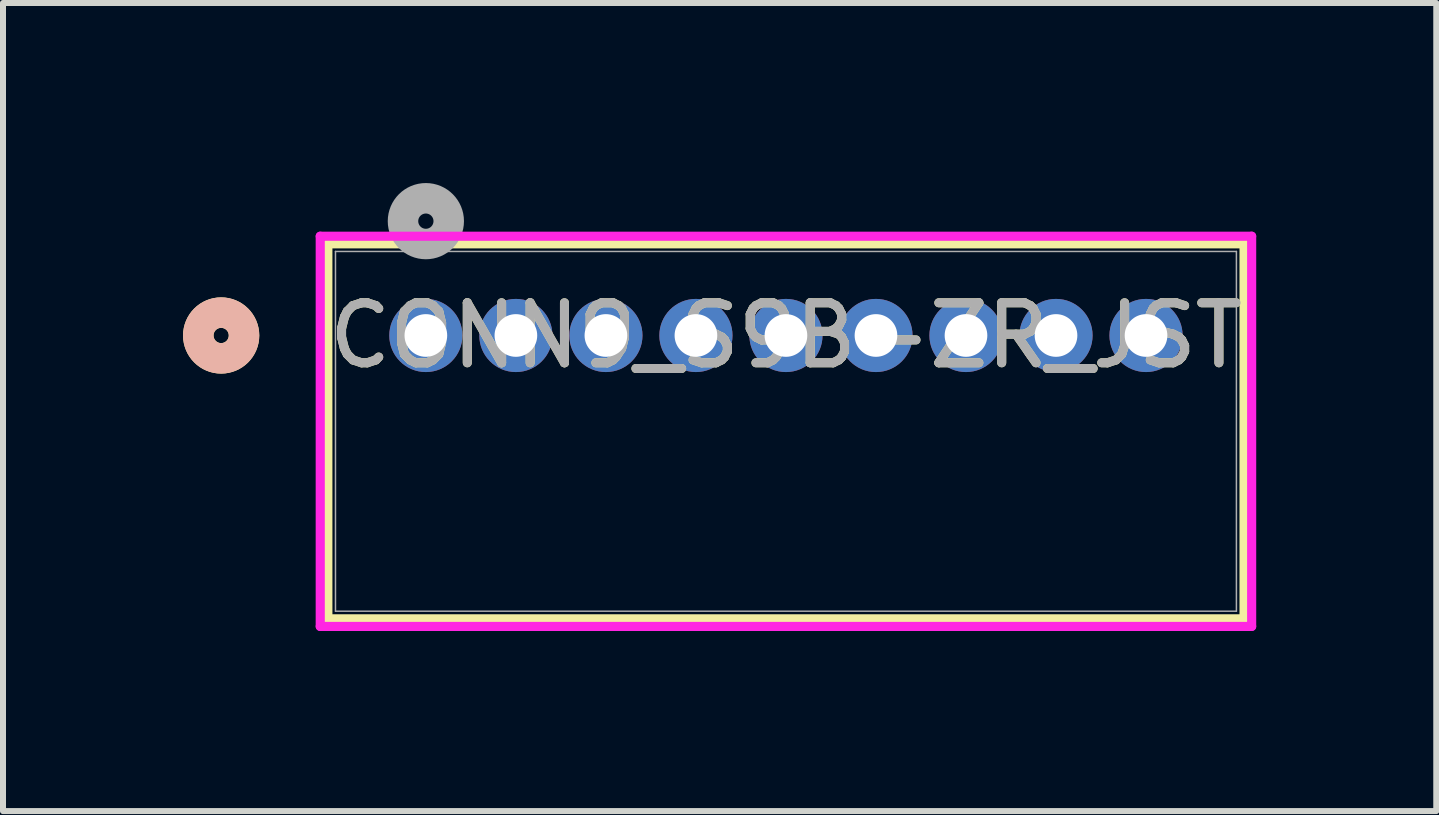
<source format=kicad_pcb>
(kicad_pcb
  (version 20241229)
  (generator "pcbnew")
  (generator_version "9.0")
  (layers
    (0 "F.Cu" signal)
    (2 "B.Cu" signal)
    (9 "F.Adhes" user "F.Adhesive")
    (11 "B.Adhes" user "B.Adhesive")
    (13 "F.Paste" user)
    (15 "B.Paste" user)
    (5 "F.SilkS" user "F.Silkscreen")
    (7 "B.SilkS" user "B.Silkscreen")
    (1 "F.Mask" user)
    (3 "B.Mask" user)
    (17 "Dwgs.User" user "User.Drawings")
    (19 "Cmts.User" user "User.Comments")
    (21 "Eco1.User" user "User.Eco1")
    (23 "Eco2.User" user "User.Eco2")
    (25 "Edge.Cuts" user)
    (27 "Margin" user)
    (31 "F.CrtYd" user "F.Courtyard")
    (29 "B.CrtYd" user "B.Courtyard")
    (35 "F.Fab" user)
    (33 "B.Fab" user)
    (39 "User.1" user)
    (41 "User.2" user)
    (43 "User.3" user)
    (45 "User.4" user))
  (footprint "CONN9_S9B-ZR_JST"
    (layer "F.Cu")
    (at 4.046 2.54)
    (property "Reference" "CONN9_S9B-ZR_JST" (at 6 0 0) (unlocked yes) (layer "F.SilkS") (effects (font (size 1 1) (thickness 0.15))))
    (attr through_hole)
    (fp_line (start -1.633 -1.527) (end -1.633 4.721) (stroke (width 0.152) (type solid)) (layer "F.SilkS"))
    (fp_line (start -1.633 4.721) (end 13.633 4.721) (stroke (width 0.152) (type solid)) (layer "F.SilkS"))
    (fp_line (start 13.633 -1.527) (end -1.633 -1.527) (stroke (width 0.152) (type solid)) (layer "F.SilkS"))
    (fp_line (start 13.633 4.721) (end 13.633 -1.527) (stroke (width 0.152) (type solid)) (layer "F.SilkS"))
    (fp_circle (center -3.411 0) (end -3.03 0) (stroke (width 0.508) (type solid)) (fill no) (layer "F.SilkS"))
    (fp_circle (center -3.411 0) (end -3.03 0) (stroke (width 0.508) (type solid)) (fill no) (layer "B.SilkS"))
    (fp_line (start -1.76 -1.654) (end -1.76 4.848) (stroke (width 0.152) (type solid)) (layer "F.CrtYd"))
    (fp_line (start -1.76 4.848) (end 13.76 4.848) (stroke (width 0.152) (type solid)) (layer "F.CrtYd"))
    (fp_line (start 13.76 -1.654) (end -1.76 -1.654) (stroke (width 0.152) (type solid)) (layer "F.CrtYd"))
    (fp_line (start 13.76 4.848) (end 13.76 -1.654) (stroke (width 0.152) (type solid)) (layer "F.CrtYd"))
    (fp_line (start -1.506 -1.4) (end -1.506 4.594) (stroke (width 0.025) (type solid)) (layer "F.Fab"))
    (fp_line (start -1.506 4.594) (end 13.506 4.594) (stroke (width 0.025) (type solid)) (layer "F.Fab"))
    (fp_line (start 13.506 -1.4) (end -1.506 -1.4) (stroke (width 0.025) (type solid)) (layer "F.Fab"))
    (fp_line (start 13.506 4.594) (end 13.506 -1.4) (stroke (width 0.025) (type solid)) (layer "F.Fab"))
    (fp_circle (center 0 -1.905) (end 0.381 -1.905) (stroke (width 0.508) (type solid)) (fill no) (layer "F.Fab"))
    (fp_text user "${REFERENCE}" (at 6 0 0) (unlocked yes) (layer "F.Fab") (effects (font (size 1 1) (thickness 0.15))))
    (pad "1" thru_hole circle (at 0 0) (size 1.219 1.219) (drill 0.711) (layers "*.Cu" "*.Mask"))
    (pad "2" thru_hole circle (at 1.5 0) (size 1.219 1.219) (drill 0.711) (layers "*.Cu" "*.Mask"))
    (pad "3" thru_hole circle (at 3 0) (size 1.219 1.219) (drill 0.711) (layers "*.Cu" "*.Mask"))
    (pad "4" thru_hole circle (at 4.5 0) (size 1.219 1.219) (drill 0.711) (layers "*.Cu" "*.Mask"))
    (pad "5" thru_hole circle (at 6 0) (size 1.219 1.219) (drill 0.711) (layers "*.Cu" "*.Mask"))
    (pad "6" thru_hole circle (at 7.5 0) (size 1.219 1.219) (drill 0.711) (layers "*.Cu" "*.Mask"))
    (pad "7" thru_hole circle (at 9 0) (size 1.219 1.219) (drill 0.711) (layers "*.Cu" "*.Mask"))
    (pad "8" thru_hole circle (at 10.5 0) (size 1.219 1.219) (drill 0.711) (layers "*.Cu" "*.Mask"))
    (pad "9" thru_hole circle (at 12 0) (size 1.219 1.219) (drill 0.711) (layers "*.Cu" "*.Mask")))
  (gr_rect
    (start -3 -3)
    (end 20.882 10.465)
    (stroke (width 0.1) (type default))
    (fill no)
    (layer "Edge.Cuts")))
</source>
